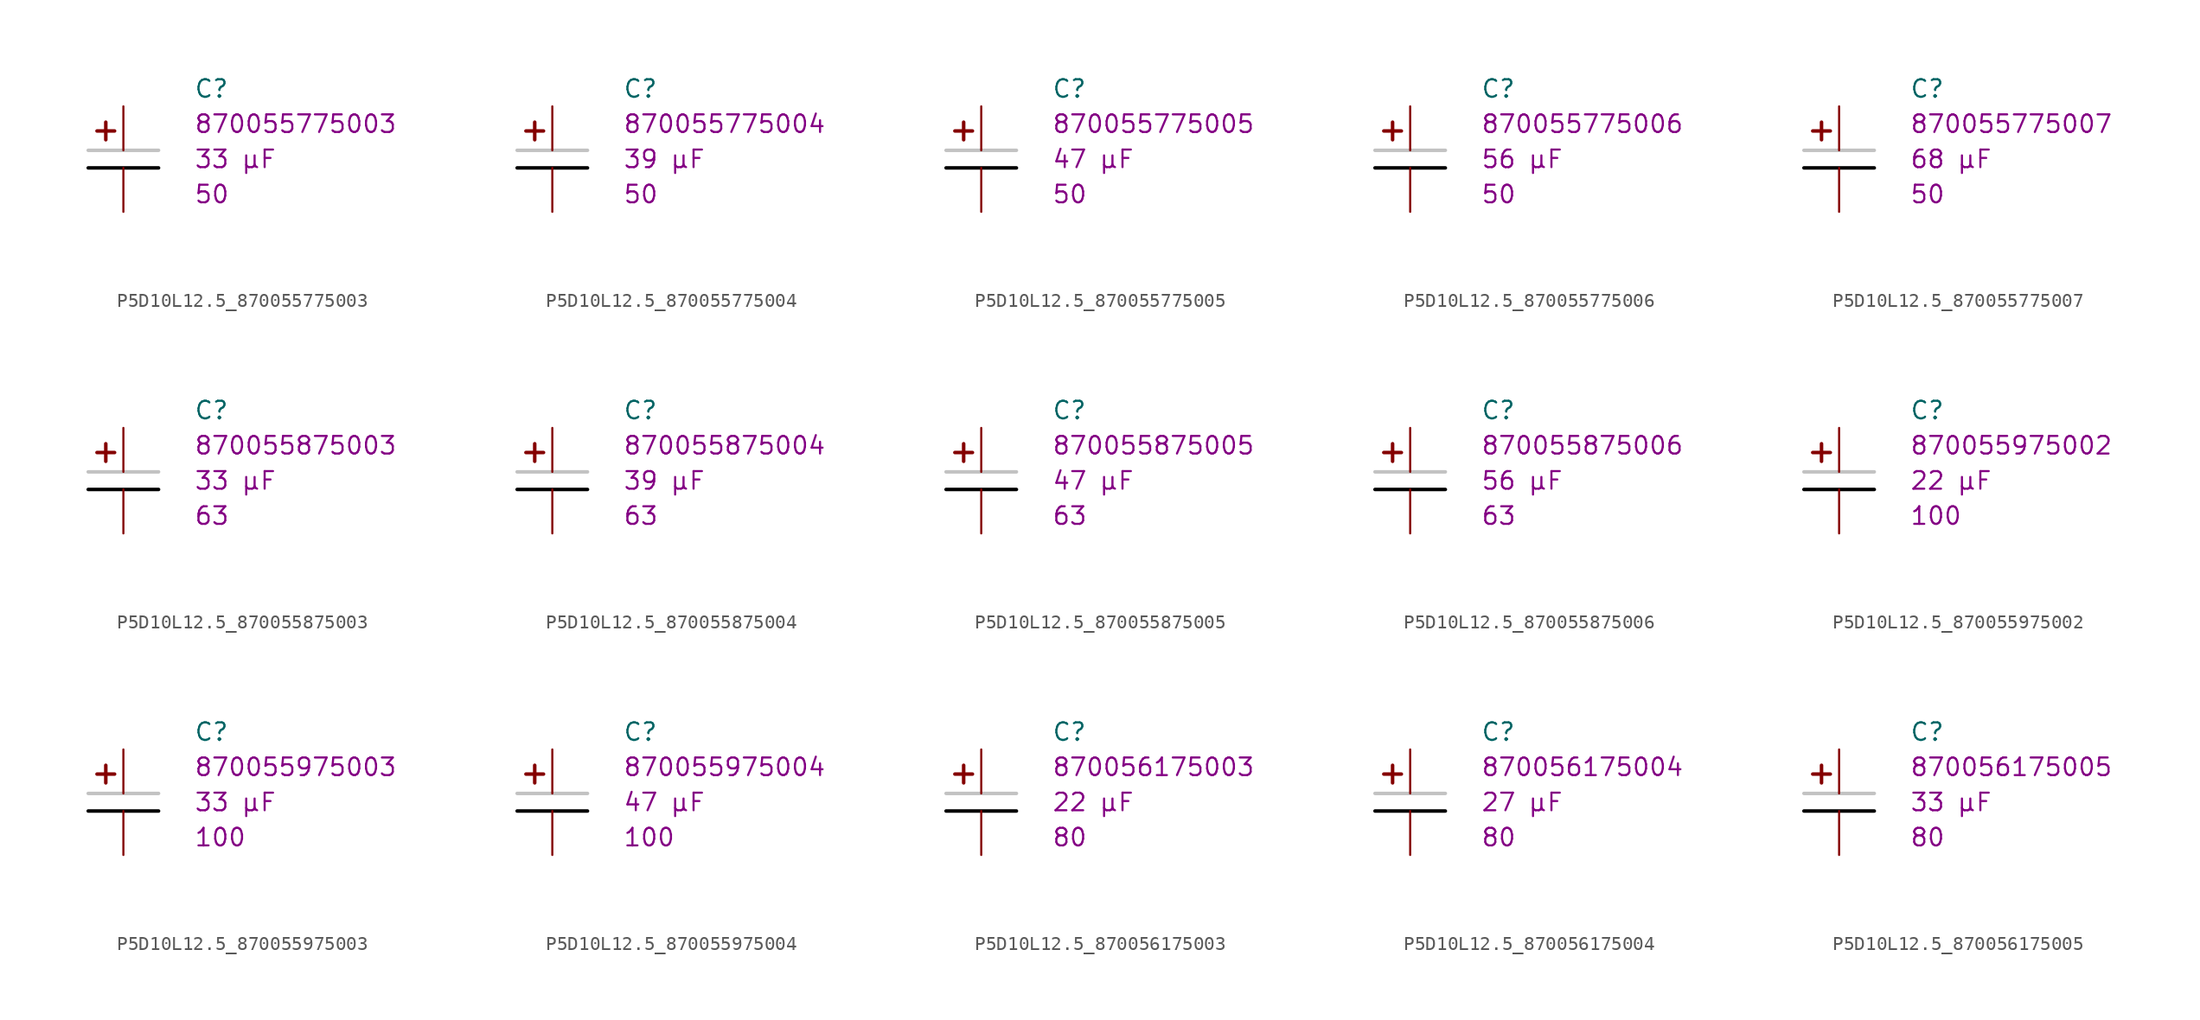
<source format=kicad_sym>
(kicad_symbol_lib
  (version 20220914)
  (generator kicad_symbol_editor)
  (symbol "P5D10L12.5_870055775003"
    (pin_numbers hide)
    (pin_names hide)
    (property "Reference" "C"
      (at 5.08 5.08 0)
      (effects (font (size 1.27 1.27)) (justify left)))
    (property "Part Number" "870055775003"
      (at 5.08 2.54 0)
      (effects (font (size 1.27 1.27)) (justify left)))
    (property "Capacitance" "33 µF"
      (at 5.08 0 0)
      (effects (font (size 1.27 1.27)) (justify left)))
    (property "Voltage" "50"
      (at 5.08 -2.54 0)
      (effects (font (size 1.27 1.27)) (justify left)))
    (property "Critical Parameter" ""
      (at 0 -7.62 0)
      (effects (font (size 1.27 1.27))))
    (symbol "P5D10L12.5_870055775003_1_1"
      (polyline (pts (xy -1.27 2.667) (xy -1.27 1.397)) (stroke (width 0.254) (type default)) (fill (type none)))
      (polyline (pts (xy -0.635 2.032) (xy -1.905 2.032)) (stroke (width 0.254) (type default)) (fill (type none)))
      (polyline (pts (xy 2.54 -0.635) (xy -2.54 -0.635)) (stroke (width 0.254) (type default) (color 0 0 0 1)) (fill (type none)))
      (polyline (pts (xy 2.54 0.635) (xy -2.54 0.635)) (stroke (width 0.254) (type default) (color 194 194 194 1)) (fill (type none)))
      (pin passive line (at 0 3.81 270) (length 3.175) (name "1" (effects (font (size 1.27 1.27)))) (number "1" (effects (font (size 1.27 1.27)))))
      (pin passive line (at 0 -3.81 90) (length 3.175) (name "2" (effects (font (size 1.27 1.27)))) (number "2" (effects (font (size 1.27 1.27)))))))
  (symbol "P5D10L12.5_870055775004"
    (pin_numbers hide)
    (pin_names hide)
    (property "Reference" "C"
      (at 5.08 5.08 0)
      (effects (font (size 1.27 1.27)) (justify left)))
    (property "Part Number" "870055775004"
      (at 5.08 2.54 0)
      (effects (font (size 1.27 1.27)) (justify left)))
    (property "Capacitance" "39 µF"
      (at 5.08 0 0)
      (effects (font (size 1.27 1.27)) (justify left)))
    (property "Voltage" "50"
      (at 5.08 -2.54 0)
      (effects (font (size 1.27 1.27)) (justify left)))
    (property "Critical Parameter" ""
      (at 0 -7.62 0)
      (effects (font (size 1.27 1.27))))
    (symbol "P5D10L12.5_870055775004_1_1"
      (polyline (pts (xy -1.27 2.667) (xy -1.27 1.397)) (stroke (width 0.254) (type default)) (fill (type none)))
      (polyline (pts (xy -0.635 2.032) (xy -1.905 2.032)) (stroke (width 0.254) (type default)) (fill (type none)))
      (polyline (pts (xy 2.54 -0.635) (xy -2.54 -0.635)) (stroke (width 0.254) (type default) (color 0 0 0 1)) (fill (type none)))
      (polyline (pts (xy 2.54 0.635) (xy -2.54 0.635)) (stroke (width 0.254) (type default) (color 194 194 194 1)) (fill (type none)))
      (pin passive line (at 0 3.81 270) (length 3.175) (name "1" (effects (font (size 1.27 1.27)))) (number "1" (effects (font (size 1.27 1.27)))))
      (pin passive line (at 0 -3.81 90) (length 3.175) (name "2" (effects (font (size 1.27 1.27)))) (number "2" (effects (font (size 1.27 1.27)))))))
  (symbol "P5D10L12.5_870055775005"
    (pin_numbers hide)
    (pin_names hide)
    (property "Reference" "C"
      (at 5.08 5.08 0)
      (effects (font (size 1.27 1.27)) (justify left)))
    (property "Part Number" "870055775005"
      (at 5.08 2.54 0)
      (effects (font (size 1.27 1.27)) (justify left)))
    (property "Capacitance" "47 µF"
      (at 5.08 0 0)
      (effects (font (size 1.27 1.27)) (justify left)))
    (property "Voltage" "50"
      (at 5.08 -2.54 0)
      (effects (font (size 1.27 1.27)) (justify left)))
    (property "Critical Parameter" ""
      (at 0 -7.62 0)
      (effects (font (size 1.27 1.27))))
    (symbol "P5D10L12.5_870055775005_1_1"
      (polyline (pts (xy -1.27 2.667) (xy -1.27 1.397)) (stroke (width 0.254) (type default)) (fill (type none)))
      (polyline (pts (xy -0.635 2.032) (xy -1.905 2.032)) (stroke (width 0.254) (type default)) (fill (type none)))
      (polyline (pts (xy 2.54 -0.635) (xy -2.54 -0.635)) (stroke (width 0.254) (type default) (color 0 0 0 1)) (fill (type none)))
      (polyline (pts (xy 2.54 0.635) (xy -2.54 0.635)) (stroke (width 0.254) (type default) (color 194 194 194 1)) (fill (type none)))
      (pin passive line (at 0 3.81 270) (length 3.175) (name "1" (effects (font (size 1.27 1.27)))) (number "1" (effects (font (size 1.27 1.27)))))
      (pin passive line (at 0 -3.81 90) (length 3.175) (name "2" (effects (font (size 1.27 1.27)))) (number "2" (effects (font (size 1.27 1.27)))))))
  (symbol "P5D10L12.5_870055775006"
    (pin_numbers hide)
    (pin_names hide)
    (property "Reference" "C"
      (at 5.08 5.08 0)
      (effects (font (size 1.27 1.27)) (justify left)))
    (property "Part Number" "870055775006"
      (at 5.08 2.54 0)
      (effects (font (size 1.27 1.27)) (justify left)))
    (property "Capacitance" "56 µF"
      (at 5.08 0 0)
      (effects (font (size 1.27 1.27)) (justify left)))
    (property "Voltage" "50"
      (at 5.08 -2.54 0)
      (effects (font (size 1.27 1.27)) (justify left)))
    (property "Critical Parameter" ""
      (at 0 -7.62 0)
      (effects (font (size 1.27 1.27))))
    (symbol "P5D10L12.5_870055775006_1_1"
      (polyline (pts (xy -1.27 2.667) (xy -1.27 1.397)) (stroke (width 0.254) (type default)) (fill (type none)))
      (polyline (pts (xy -0.635 2.032) (xy -1.905 2.032)) (stroke (width 0.254) (type default)) (fill (type none)))
      (polyline (pts (xy 2.54 -0.635) (xy -2.54 -0.635)) (stroke (width 0.254) (type default) (color 0 0 0 1)) (fill (type none)))
      (polyline (pts (xy 2.54 0.635) (xy -2.54 0.635)) (stroke (width 0.254) (type default) (color 194 194 194 1)) (fill (type none)))
      (pin passive line (at 0 3.81 270) (length 3.175) (name "1" (effects (font (size 1.27 1.27)))) (number "1" (effects (font (size 1.27 1.27)))))
      (pin passive line (at 0 -3.81 90) (length 3.175) (name "2" (effects (font (size 1.27 1.27)))) (number "2" (effects (font (size 1.27 1.27)))))))
  (symbol "P5D10L12.5_870055775007"
    (pin_numbers hide)
    (pin_names hide)
    (property "Reference" "C"
      (at 5.08 5.08 0)
      (effects (font (size 1.27 1.27)) (justify left)))
    (property "Part Number" "870055775007"
      (at 5.08 2.54 0)
      (effects (font (size 1.27 1.27)) (justify left)))
    (property "Capacitance" "68 µF"
      (at 5.08 0 0)
      (effects (font (size 1.27 1.27)) (justify left)))
    (property "Voltage" "50"
      (at 5.08 -2.54 0)
      (effects (font (size 1.27 1.27)) (justify left)))
    (property "Critical Parameter" ""
      (at 0 -7.62 0)
      (effects (font (size 1.27 1.27))))
    (symbol "P5D10L12.5_870055775007_1_1"
      (polyline (pts (xy -1.27 2.667) (xy -1.27 1.397)) (stroke (width 0.254) (type default)) (fill (type none)))
      (polyline (pts (xy -0.635 2.032) (xy -1.905 2.032)) (stroke (width 0.254) (type default)) (fill (type none)))
      (polyline (pts (xy 2.54 -0.635) (xy -2.54 -0.635)) (stroke (width 0.254) (type default) (color 0 0 0 1)) (fill (type none)))
      (polyline (pts (xy 2.54 0.635) (xy -2.54 0.635)) (stroke (width 0.254) (type default) (color 194 194 194 1)) (fill (type none)))
      (pin passive line (at 0 3.81 270) (length 3.175) (name "1" (effects (font (size 1.27 1.27)))) (number "1" (effects (font (size 1.27 1.27)))))
      (pin passive line (at 0 -3.81 90) (length 3.175) (name "2" (effects (font (size 1.27 1.27)))) (number "2" (effects (font (size 1.27 1.27)))))))
  (symbol "P5D10L12.5_870055875003"
    (pin_numbers hide)
    (pin_names hide)
    (property "Reference" "C"
      (at 5.08 5.08 0)
      (effects (font (size 1.27 1.27)) (justify left)))
    (property "Part Number" "870055875003"
      (at 5.08 2.54 0)
      (effects (font (size 1.27 1.27)) (justify left)))
    (property "Capacitance" "33 µF"
      (at 5.08 0 0)
      (effects (font (size 1.27 1.27)) (justify left)))
    (property "Voltage" "63"
      (at 5.08 -2.54 0)
      (effects (font (size 1.27 1.27)) (justify left)))
    (property "Critical Parameter" ""
      (at 0 -7.62 0)
      (effects (font (size 1.27 1.27))))
    (symbol "P5D10L12.5_870055875003_1_1"
      (polyline (pts (xy -1.27 2.667) (xy -1.27 1.397)) (stroke (width 0.254) (type default)) (fill (type none)))
      (polyline (pts (xy -0.635 2.032) (xy -1.905 2.032)) (stroke (width 0.254) (type default)) (fill (type none)))
      (polyline (pts (xy 2.54 -0.635) (xy -2.54 -0.635)) (stroke (width 0.254) (type default) (color 0 0 0 1)) (fill (type none)))
      (polyline (pts (xy 2.54 0.635) (xy -2.54 0.635)) (stroke (width 0.254) (type default) (color 194 194 194 1)) (fill (type none)))
      (pin passive line (at 0 3.81 270) (length 3.175) (name "1" (effects (font (size 1.27 1.27)))) (number "1" (effects (font (size 1.27 1.27)))))
      (pin passive line (at 0 -3.81 90) (length 3.175) (name "2" (effects (font (size 1.27 1.27)))) (number "2" (effects (font (size 1.27 1.27)))))))
  (symbol "P5D10L12.5_870055875004"
    (pin_numbers hide)
    (pin_names hide)
    (property "Reference" "C"
      (at 5.08 5.08 0)
      (effects (font (size 1.27 1.27)) (justify left)))
    (property "Part Number" "870055875004"
      (at 5.08 2.54 0)
      (effects (font (size 1.27 1.27)) (justify left)))
    (property "Capacitance" "39 µF"
      (at 5.08 0 0)
      (effects (font (size 1.27 1.27)) (justify left)))
    (property "Voltage" "63"
      (at 5.08 -2.54 0)
      (effects (font (size 1.27 1.27)) (justify left)))
    (property "Critical Parameter" ""
      (at 0 -7.62 0)
      (effects (font (size 1.27 1.27))))
    (symbol "P5D10L12.5_870055875004_1_1"
      (polyline (pts (xy -1.27 2.667) (xy -1.27 1.397)) (stroke (width 0.254) (type default)) (fill (type none)))
      (polyline (pts (xy -0.635 2.032) (xy -1.905 2.032)) (stroke (width 0.254) (type default)) (fill (type none)))
      (polyline (pts (xy 2.54 -0.635) (xy -2.54 -0.635)) (stroke (width 0.254) (type default) (color 0 0 0 1)) (fill (type none)))
      (polyline (pts (xy 2.54 0.635) (xy -2.54 0.635)) (stroke (width 0.254) (type default) (color 194 194 194 1)) (fill (type none)))
      (pin passive line (at 0 3.81 270) (length 3.175) (name "1" (effects (font (size 1.27 1.27)))) (number "1" (effects (font (size 1.27 1.27)))))
      (pin passive line (at 0 -3.81 90) (length 3.175) (name "2" (effects (font (size 1.27 1.27)))) (number "2" (effects (font (size 1.27 1.27)))))))
  (symbol "P5D10L12.5_870055875005"
    (pin_numbers hide)
    (pin_names hide)
    (property "Reference" "C"
      (at 5.08 5.08 0)
      (effects (font (size 1.27 1.27)) (justify left)))
    (property "Part Number" "870055875005"
      (at 5.08 2.54 0)
      (effects (font (size 1.27 1.27)) (justify left)))
    (property "Capacitance" "47 µF"
      (at 5.08 0 0)
      (effects (font (size 1.27 1.27)) (justify left)))
    (property "Voltage" "63"
      (at 5.08 -2.54 0)
      (effects (font (size 1.27 1.27)) (justify left)))
    (property "Critical Parameter" ""
      (at 0 -7.62 0)
      (effects (font (size 1.27 1.27))))
    (symbol "P5D10L12.5_870055875005_1_1"
      (polyline (pts (xy -1.27 2.667) (xy -1.27 1.397)) (stroke (width 0.254) (type default)) (fill (type none)))
      (polyline (pts (xy -0.635 2.032) (xy -1.905 2.032)) (stroke (width 0.254) (type default)) (fill (type none)))
      (polyline (pts (xy 2.54 -0.635) (xy -2.54 -0.635)) (stroke (width 0.254) (type default) (color 0 0 0 1)) (fill (type none)))
      (polyline (pts (xy 2.54 0.635) (xy -2.54 0.635)) (stroke (width 0.254) (type default) (color 194 194 194 1)) (fill (type none)))
      (pin passive line (at 0 3.81 270) (length 3.175) (name "1" (effects (font (size 1.27 1.27)))) (number "1" (effects (font (size 1.27 1.27)))))
      (pin passive line (at 0 -3.81 90) (length 3.175) (name "2" (effects (font (size 1.27 1.27)))) (number "2" (effects (font (size 1.27 1.27)))))))
  (symbol "P5D10L12.5_870055875006"
    (pin_numbers hide)
    (pin_names hide)
    (property "Reference" "C"
      (at 5.08 5.08 0)
      (effects (font (size 1.27 1.27)) (justify left)))
    (property "Part Number" "870055875006"
      (at 5.08 2.54 0)
      (effects (font (size 1.27 1.27)) (justify left)))
    (property "Capacitance" "56 µF"
      (at 5.08 0 0)
      (effects (font (size 1.27 1.27)) (justify left)))
    (property "Voltage" "63"
      (at 5.08 -2.54 0)
      (effects (font (size 1.27 1.27)) (justify left)))
    (property "Critical Parameter" ""
      (at 0 -7.62 0)
      (effects (font (size 1.27 1.27))))
    (symbol "P5D10L12.5_870055875006_1_1"
      (polyline (pts (xy -1.27 2.667) (xy -1.27 1.397)) (stroke (width 0.254) (type default)) (fill (type none)))
      (polyline (pts (xy -0.635 2.032) (xy -1.905 2.032)) (stroke (width 0.254) (type default)) (fill (type none)))
      (polyline (pts (xy 2.54 -0.635) (xy -2.54 -0.635)) (stroke (width 0.254) (type default) (color 0 0 0 1)) (fill (type none)))
      (polyline (pts (xy 2.54 0.635) (xy -2.54 0.635)) (stroke (width 0.254) (type default) (color 194 194 194 1)) (fill (type none)))
      (pin passive line (at 0 3.81 270) (length 3.175) (name "1" (effects (font (size 1.27 1.27)))) (number "1" (effects (font (size 1.27 1.27)))))
      (pin passive line (at 0 -3.81 90) (length 3.175) (name "2" (effects (font (size 1.27 1.27)))) (number "2" (effects (font (size 1.27 1.27)))))))
  (symbol "P5D10L12.5_870055975002"
    (pin_numbers hide)
    (pin_names hide)
    (property "Reference" "C"
      (at 5.08 5.08 0)
      (effects (font (size 1.27 1.27)) (justify left)))
    (property "Part Number" "870055975002"
      (at 5.08 2.54 0)
      (effects (font (size 1.27 1.27)) (justify left)))
    (property "Capacitance" "22 µF"
      (at 5.08 0 0)
      (effects (font (size 1.27 1.27)) (justify left)))
    (property "Voltage" "100"
      (at 5.08 -2.54 0)
      (effects (font (size 1.27 1.27)) (justify left)))
    (property "Critical Parameter" ""
      (at 0 -7.62 0)
      (effects (font (size 1.27 1.27))))
    (symbol "P5D10L12.5_870055975002_1_1"
      (polyline (pts (xy -1.27 2.667) (xy -1.27 1.397)) (stroke (width 0.254) (type default)) (fill (type none)))
      (polyline (pts (xy -0.635 2.032) (xy -1.905 2.032)) (stroke (width 0.254) (type default)) (fill (type none)))
      (polyline (pts (xy 2.54 -0.635) (xy -2.54 -0.635)) (stroke (width 0.254) (type default) (color 0 0 0 1)) (fill (type none)))
      (polyline (pts (xy 2.54 0.635) (xy -2.54 0.635)) (stroke (width 0.254) (type default) (color 194 194 194 1)) (fill (type none)))
      (pin passive line (at 0 3.81 270) (length 3.175) (name "1" (effects (font (size 1.27 1.27)))) (number "1" (effects (font (size 1.27 1.27)))))
      (pin passive line (at 0 -3.81 90) (length 3.175) (name "2" (effects (font (size 1.27 1.27)))) (number "2" (effects (font (size 1.27 1.27)))))))
  (symbol "P5D10L12.5_870055975003"
    (pin_numbers hide)
    (pin_names hide)
    (property "Reference" "C"
      (at 5.08 5.08 0)
      (effects (font (size 1.27 1.27)) (justify left)))
    (property "Part Number" "870055975003"
      (at 5.08 2.54 0)
      (effects (font (size 1.27 1.27)) (justify left)))
    (property "Capacitance" "33 µF"
      (at 5.08 0 0)
      (effects (font (size 1.27 1.27)) (justify left)))
    (property "Voltage" "100"
      (at 5.08 -2.54 0)
      (effects (font (size 1.27 1.27)) (justify left)))
    (property "Critical Parameter" ""
      (at 0 -7.62 0)
      (effects (font (size 1.27 1.27))))
    (symbol "P5D10L12.5_870055975003_1_1"
      (polyline (pts (xy -1.27 2.667) (xy -1.27 1.397)) (stroke (width 0.254) (type default)) (fill (type none)))
      (polyline (pts (xy -0.635 2.032) (xy -1.905 2.032)) (stroke (width 0.254) (type default)) (fill (type none)))
      (polyline (pts (xy 2.54 -0.635) (xy -2.54 -0.635)) (stroke (width 0.254) (type default) (color 0 0 0 1)) (fill (type none)))
      (polyline (pts (xy 2.54 0.635) (xy -2.54 0.635)) (stroke (width 0.254) (type default) (color 194 194 194 1)) (fill (type none)))
      (pin passive line (at 0 3.81 270) (length 3.175) (name "1" (effects (font (size 1.27 1.27)))) (number "1" (effects (font (size 1.27 1.27)))))
      (pin passive line (at 0 -3.81 90) (length 3.175) (name "2" (effects (font (size 1.27 1.27)))) (number "2" (effects (font (size 1.27 1.27)))))))
  (symbol "P5D10L12.5_870055975004"
    (pin_numbers hide)
    (pin_names hide)
    (property "Reference" "C"
      (at 5.08 5.08 0)
      (effects (font (size 1.27 1.27)) (justify left)))
    (property "Part Number" "870055975004"
      (at 5.08 2.54 0)
      (effects (font (size 1.27 1.27)) (justify left)))
    (property "Capacitance" "47 µF"
      (at 5.08 0 0)
      (effects (font (size 1.27 1.27)) (justify left)))
    (property "Voltage" "100"
      (at 5.08 -2.54 0)
      (effects (font (size 1.27 1.27)) (justify left)))
    (property "Critical Parameter" ""
      (at 0 -7.62 0)
      (effects (font (size 1.27 1.27))))
    (symbol "P5D10L12.5_870055975004_1_1"
      (polyline (pts (xy -1.27 2.667) (xy -1.27 1.397)) (stroke (width 0.254) (type default)) (fill (type none)))
      (polyline (pts (xy -0.635 2.032) (xy -1.905 2.032)) (stroke (width 0.254) (type default)) (fill (type none)))
      (polyline (pts (xy 2.54 -0.635) (xy -2.54 -0.635)) (stroke (width 0.254) (type default) (color 0 0 0 1)) (fill (type none)))
      (polyline (pts (xy 2.54 0.635) (xy -2.54 0.635)) (stroke (width 0.254) (type default) (color 194 194 194 1)) (fill (type none)))
      (pin passive line (at 0 3.81 270) (length 3.175) (name "1" (effects (font (size 1.27 1.27)))) (number "1" (effects (font (size 1.27 1.27)))))
      (pin passive line (at 0 -3.81 90) (length 3.175) (name "2" (effects (font (size 1.27 1.27)))) (number "2" (effects (font (size 1.27 1.27)))))))
  (symbol "P5D10L12.5_870056175003"
    (pin_numbers hide)
    (pin_names hide)
    (property "Reference" "C"
      (at 5.08 5.08 0)
      (effects (font (size 1.27 1.27)) (justify left)))
    (property "Part Number" "870056175003"
      (at 5.08 2.54 0)
      (effects (font (size 1.27 1.27)) (justify left)))
    (property "Capacitance" "22 µF"
      (at 5.08 0 0)
      (effects (font (size 1.27 1.27)) (justify left)))
    (property "Voltage" "80"
      (at 5.08 -2.54 0)
      (effects (font (size 1.27 1.27)) (justify left)))
    (property "Critical Parameter" ""
      (at 0 -7.62 0)
      (effects (font (size 1.27 1.27))))
    (symbol "P5D10L12.5_870056175003_1_1"
      (polyline (pts (xy -1.27 2.667) (xy -1.27 1.397)) (stroke (width 0.254) (type default)) (fill (type none)))
      (polyline (pts (xy -0.635 2.032) (xy -1.905 2.032)) (stroke (width 0.254) (type default)) (fill (type none)))
      (polyline (pts (xy 2.54 -0.635) (xy -2.54 -0.635)) (stroke (width 0.254) (type default) (color 0 0 0 1)) (fill (type none)))
      (polyline (pts (xy 2.54 0.635) (xy -2.54 0.635)) (stroke (width 0.254) (type default) (color 194 194 194 1)) (fill (type none)))
      (pin passive line (at 0 3.81 270) (length 3.175) (name "1" (effects (font (size 1.27 1.27)))) (number "1" (effects (font (size 1.27 1.27)))))
      (pin passive line (at 0 -3.81 90) (length 3.175) (name "2" (effects (font (size 1.27 1.27)))) (number "2" (effects (font (size 1.27 1.27)))))))
  (symbol "P5D10L12.5_870056175004"
    (pin_numbers hide)
    (pin_names hide)
    (property "Reference" "C"
      (at 5.08 5.08 0)
      (effects (font (size 1.27 1.27)) (justify left)))
    (property "Part Number" "870056175004"
      (at 5.08 2.54 0)
      (effects (font (size 1.27 1.27)) (justify left)))
    (property "Capacitance" "27 µF"
      (at 5.08 0 0)
      (effects (font (size 1.27 1.27)) (justify left)))
    (property "Voltage" "80"
      (at 5.08 -2.54 0)
      (effects (font (size 1.27 1.27)) (justify left)))
    (property "Critical Parameter" ""
      (at 0 -7.62 0)
      (effects (font (size 1.27 1.27))))
    (symbol "P5D10L12.5_870056175004_1_1"
      (polyline (pts (xy -1.27 2.667) (xy -1.27 1.397)) (stroke (width 0.254) (type default)) (fill (type none)))
      (polyline (pts (xy -0.635 2.032) (xy -1.905 2.032)) (stroke (width 0.254) (type default)) (fill (type none)))
      (polyline (pts (xy 2.54 -0.635) (xy -2.54 -0.635)) (stroke (width 0.254) (type default) (color 0 0 0 1)) (fill (type none)))
      (polyline (pts (xy 2.54 0.635) (xy -2.54 0.635)) (stroke (width 0.254) (type default) (color 194 194 194 1)) (fill (type none)))
      (pin passive line (at 0 3.81 270) (length 3.175) (name "1" (effects (font (size 1.27 1.27)))) (number "1" (effects (font (size 1.27 1.27)))))
      (pin passive line (at 0 -3.81 90) (length 3.175) (name "2" (effects (font (size 1.27 1.27)))) (number "2" (effects (font (size 1.27 1.27)))))))
  (symbol "P5D10L12.5_870056175005"
    (pin_numbers hide)
    (pin_names hide)
    (property "Reference" "C"
      (at 5.08 5.08 0)
      (effects (font (size 1.27 1.27)) (justify left)))
    (property "Part Number" "870056175005"
      (at 5.08 2.54 0)
      (effects (font (size 1.27 1.27)) (justify left)))
    (property "Capacitance" "33 µF"
      (at 5.08 0 0)
      (effects (font (size 1.27 1.27)) (justify left)))
    (property "Voltage" "80"
      (at 5.08 -2.54 0)
      (effects (font (size 1.27 1.27)) (justify left)))
    (property "Critical Parameter" ""
      (at 0 -7.62 0)
      (effects (font (size 1.27 1.27))))
    (symbol "P5D10L12.5_870056175005_1_1"
      (polyline (pts (xy -1.27 2.667) (xy -1.27 1.397)) (stroke (width 0.254) (type default)) (fill (type none)))
      (polyline (pts (xy -0.635 2.032) (xy -1.905 2.032)) (stroke (width 0.254) (type default)) (fill (type none)))
      (polyline (pts (xy 2.54 -0.635) (xy -2.54 -0.635)) (stroke (width 0.254) (type default) (color 0 0 0 1)) (fill (type none)))
      (polyline (pts (xy 2.54 0.635) (xy -2.54 0.635)) (stroke (width 0.254) (type default) (color 194 194 194 1)) (fill (type none)))
      (pin passive line (at 0 3.81 270) (length 3.175) (name "1" (effects (font (size 1.27 1.27)))) (number "1" (effects (font (size 1.27 1.27)))))
      (pin passive line (at 0 -3.81 90) (length 3.175) (name "2" (effects (font (size 1.27 1.27)))) (number "2" (effects (font (size 1.27 1.27))))))))
</source>
